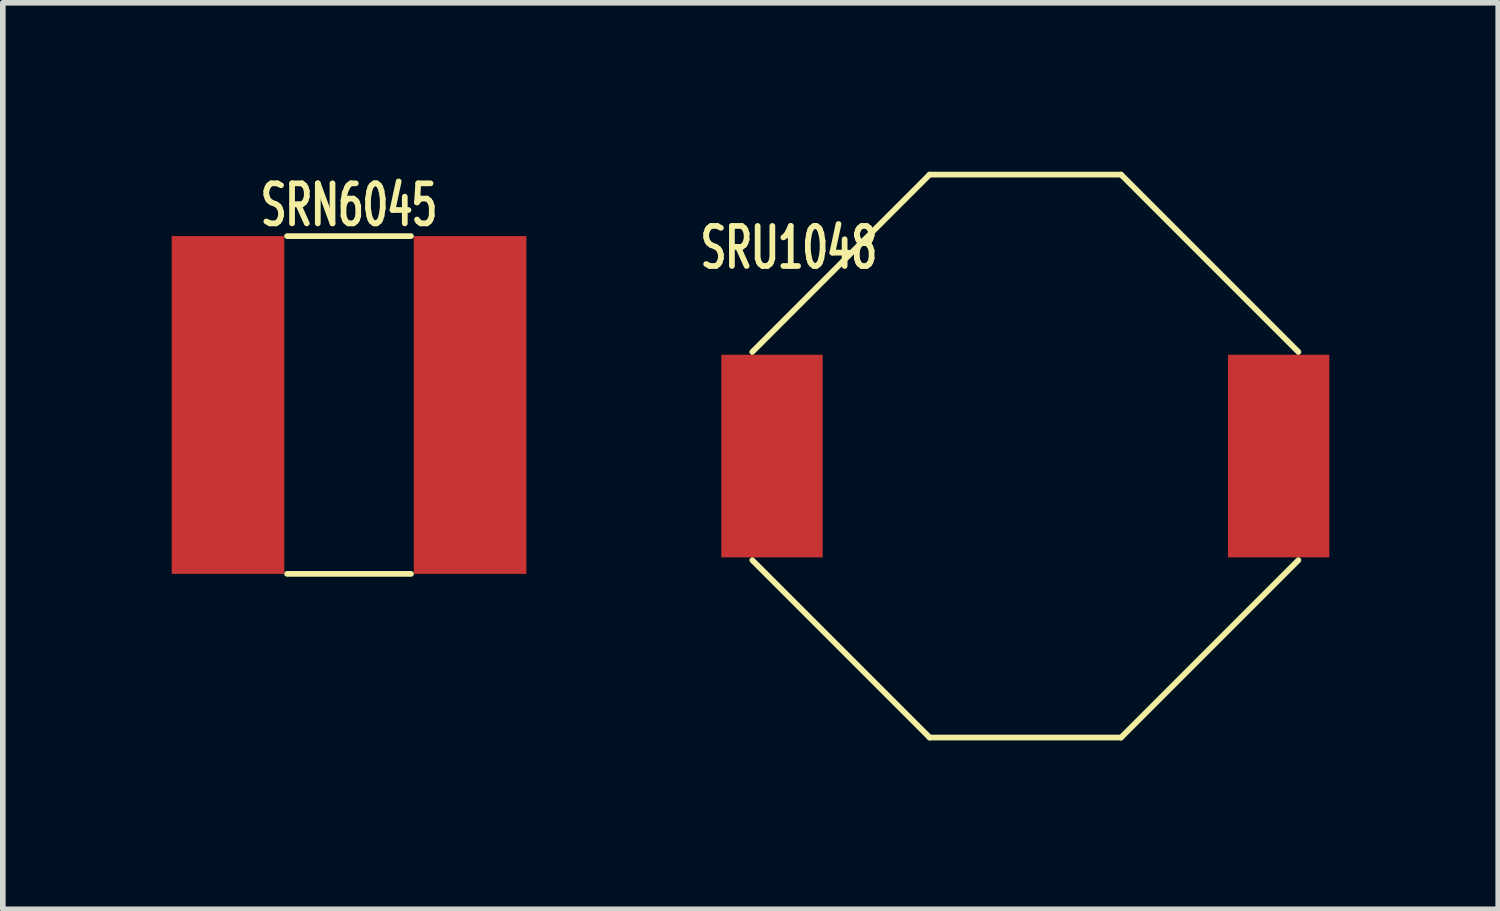
<source format=kicad_pcb>
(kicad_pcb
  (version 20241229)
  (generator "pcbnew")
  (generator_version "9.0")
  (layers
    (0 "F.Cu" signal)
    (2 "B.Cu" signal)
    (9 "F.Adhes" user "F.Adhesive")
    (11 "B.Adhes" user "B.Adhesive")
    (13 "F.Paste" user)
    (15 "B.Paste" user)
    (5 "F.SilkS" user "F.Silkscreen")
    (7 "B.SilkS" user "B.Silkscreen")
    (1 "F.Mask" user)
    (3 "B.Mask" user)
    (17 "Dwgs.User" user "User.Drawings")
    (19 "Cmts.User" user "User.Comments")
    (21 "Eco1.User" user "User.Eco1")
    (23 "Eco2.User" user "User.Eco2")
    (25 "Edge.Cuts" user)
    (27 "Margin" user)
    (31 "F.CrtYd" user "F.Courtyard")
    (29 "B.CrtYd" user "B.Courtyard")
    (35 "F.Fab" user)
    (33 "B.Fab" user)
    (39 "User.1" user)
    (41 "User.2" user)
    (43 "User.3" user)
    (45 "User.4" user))
  (footprint "SRU1048"
    (layer "F.Cu")
    (at 15.163 5.051)
    (property "Reference" "SRU1048" (at -4.2 -3.7 0) (layer "F.SilkS") (effects (font (size 0.711 0.457) (thickness 0.102))))
    (attr through_hole)
    (fp_line (start -1.7 -5) (end -4.85 -1.85) (stroke (width 0.102) (type solid)) (layer "F.SilkS"))
    (fp_line (start -1.7 -5) (end 1.7 -5) (stroke (width 0.102) (type solid)) (layer "F.SilkS"))
    (fp_line (start -1.7 5) (end -4.85 1.85) (stroke (width 0.102) (type solid)) (layer "F.SilkS"))
    (fp_line (start -1.7 5) (end 1.7 5) (stroke (width 0.102) (type solid)) (layer "F.SilkS"))
    (fp_line (start 1.7 -5) (end 4.85 -1.85) (stroke (width 0.102) (type solid)) (layer "F.SilkS"))
    (fp_line (start 1.7 5) (end 4.85 1.85) (stroke (width 0.102) (type solid)) (layer "F.SilkS"))
    (pad "1" smd rect (at -4.5 0) (size 1.8 3.6) (layers "F.Cu" "F.Mask" "F.Paste"))
    (pad "2" smd rect (at 4.5 0) (size 1.8 3.6) (layers "F.Cu" "F.Mask" "F.Paste")))
  (footprint "SRN6045"
    (layer "F.Cu")
    (at 3.15 4.144)
    (property "Reference" "SRN6045" (at 0 -3.55 0) (layer "F.SilkS") (effects (font (size 0.711 0.457) (thickness 0.102))))
    (attr through_hole)
    (fp_line (start -1.1 -3) (end 1.1 -3) (stroke (width 0.102) (type solid)) (layer "F.SilkS"))
    (fp_line (start 1.1 3) (end -1.1 3) (stroke (width 0.102) (type solid)) (layer "F.SilkS"))
    (pad "1" smd rect (at -2.15 0) (size 2 6) (layers "F.Cu" "F.Mask" "F.Paste"))
    (pad "2" smd rect (at 2.15 0) (size 2 6) (layers "F.Cu" "F.Mask" "F.Paste")))
  (gr_rect
    (start -3 -3)
    (end 23.563 13.102)
    (stroke (width 0.1) (type default))
    (fill no)
    (layer "Edge.Cuts")))
</source>
